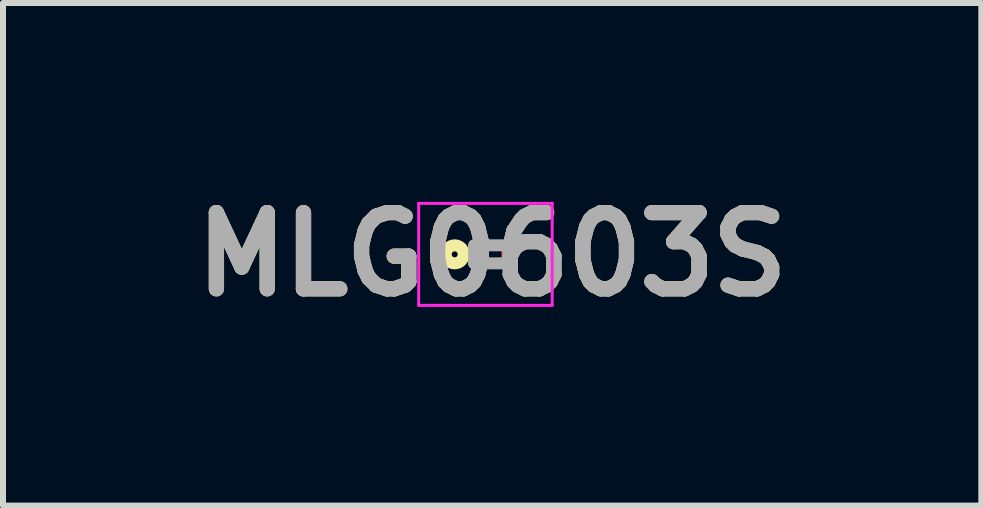
<source format=kicad_pcb>
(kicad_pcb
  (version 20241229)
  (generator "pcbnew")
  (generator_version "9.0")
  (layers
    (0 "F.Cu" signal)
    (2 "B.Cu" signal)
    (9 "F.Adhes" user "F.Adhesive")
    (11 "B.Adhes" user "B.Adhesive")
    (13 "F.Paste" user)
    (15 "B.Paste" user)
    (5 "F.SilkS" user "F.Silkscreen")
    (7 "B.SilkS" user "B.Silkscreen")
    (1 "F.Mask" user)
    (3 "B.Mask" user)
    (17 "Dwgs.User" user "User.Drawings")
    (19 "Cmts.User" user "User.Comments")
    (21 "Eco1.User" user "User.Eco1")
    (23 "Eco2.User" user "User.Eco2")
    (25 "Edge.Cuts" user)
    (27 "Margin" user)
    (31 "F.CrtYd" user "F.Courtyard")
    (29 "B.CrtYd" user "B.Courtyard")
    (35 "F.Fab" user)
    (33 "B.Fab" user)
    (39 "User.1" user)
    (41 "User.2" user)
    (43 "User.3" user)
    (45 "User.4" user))
  (footprint "MLG0603S"
    (layer "F.Cu")
    (at 5.153 1.189)
    (property "Reference" "MLG0603S" (at 0 0 0) (layer "F.SilkS") (effects (font (size 1.27 1.27) (thickness 0.254))))
    (attr smd)
    (fp_circle (center -0.625 0) (end -0.625 0.05) (stroke (width 0.2) (type solid)) (fill no) (layer "F.SilkS"))
    (fp_line (start -1.225 -0.85) (end 1 -0.85) (stroke (width 0.05) (type solid)) (layer "F.CrtYd"))
    (fp_line (start -1.225 0.85) (end -1.225 -0.85) (stroke (width 0.05) (type solid)) (layer "F.CrtYd"))
    (fp_line (start 1 -0.85) (end 1 0.85) (stroke (width 0.05) (type solid)) (layer "F.CrtYd"))
    (fp_line (start 1 0.85) (end -1.225 0.85) (stroke (width 0.05) (type solid)) (layer "F.CrtYd"))
    (fp_line (start -0.3 -0.15) (end 0.3 -0.15) (stroke (width 0.2) (type solid)) (layer "F.Fab"))
    (fp_line (start -0.3 0.15) (end -0.3 -0.15) (stroke (width 0.2) (type solid)) (layer "F.Fab"))
    (fp_line (start 0.3 -0.15) (end 0.3 0.15) (stroke (width 0.2) (type solid)) (layer "F.Fab"))
    (fp_line (start 0.3 0.15) (end -0.3 0.15) (stroke (width 0.2) (type solid)) (layer "F.Fab"))
    (fp_text user "${REFERENCE}" (at 0 0 0) (layer "F.Fab") (effects (font (size 1.27 1.27) (thickness 0.254))))
    (pad "1" smd rect (at -0.275 0) (size 0.25 0.3) (layers "F.Cu" "F.Mask" "F.Paste"))
    (pad "2" smd rect (at 0.275 0) (size 0.25 0.3) (layers "F.Cu" "F.Mask" "F.Paste")))
  (gr_rect
    (start -3 -3)
    (end 13.305 5.377)
    (stroke (width 0.1) (type default))
    (fill no)
    (layer "Edge.Cuts")))
</source>
